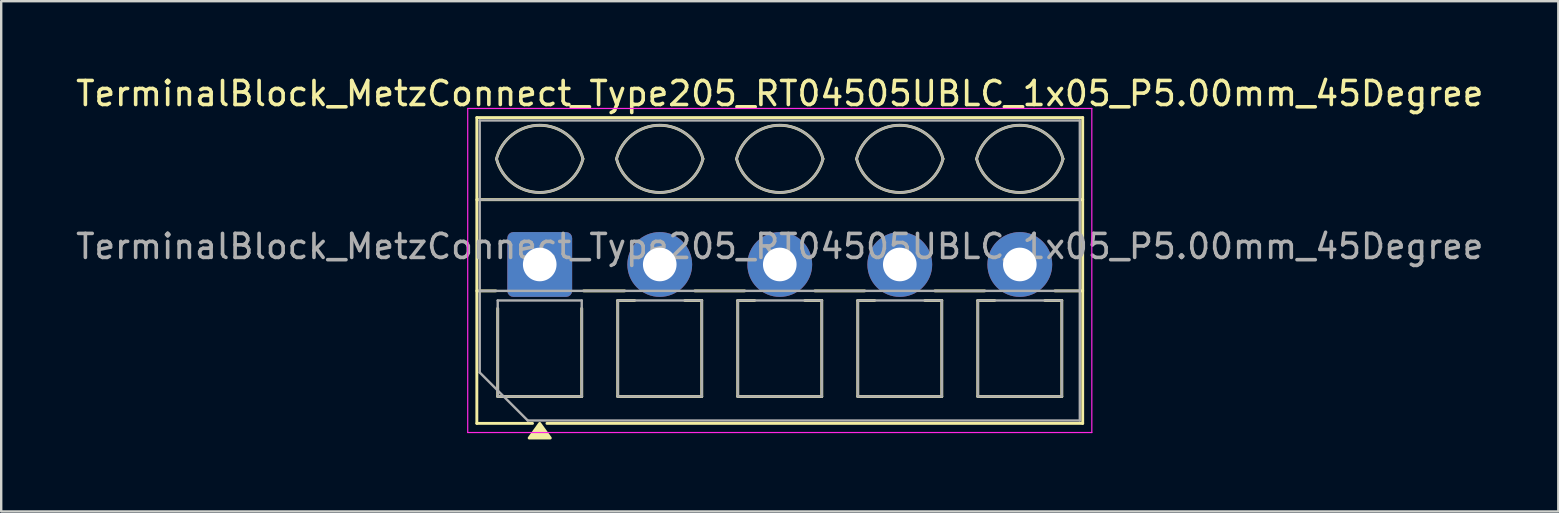
<source format=kicad_pcb>
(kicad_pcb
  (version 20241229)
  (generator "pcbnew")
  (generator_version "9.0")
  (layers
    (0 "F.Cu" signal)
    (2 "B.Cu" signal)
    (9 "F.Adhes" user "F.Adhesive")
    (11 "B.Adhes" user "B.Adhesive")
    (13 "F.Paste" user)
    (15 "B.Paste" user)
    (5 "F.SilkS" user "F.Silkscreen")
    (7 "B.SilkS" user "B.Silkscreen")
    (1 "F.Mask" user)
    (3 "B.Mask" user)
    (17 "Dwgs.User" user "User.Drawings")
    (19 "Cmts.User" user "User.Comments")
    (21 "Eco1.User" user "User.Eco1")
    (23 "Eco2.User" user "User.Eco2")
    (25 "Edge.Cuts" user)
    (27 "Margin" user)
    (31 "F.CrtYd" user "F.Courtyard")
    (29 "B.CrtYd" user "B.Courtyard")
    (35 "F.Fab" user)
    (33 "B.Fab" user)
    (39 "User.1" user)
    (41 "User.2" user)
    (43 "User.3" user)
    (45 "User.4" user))
  (footprint "TerminalBlock_MetzConnect_Type205_RT04505UBLC_1x05_P5.00mm_45Degree"
    (layer "F.Cu")
    (at 19.435 7.968)
    (property "Reference" "TerminalBlock_MetzConnect_Type205_RT04505UBLC_1x05_P5.00mm_45Degree" (at 10 -7.12 0) (layer "F.SilkS") (effects (font (size 1 1) (thickness 0.15))))
    (attr through_hole)
    (fp_line (start -2.62 -6.12) (end -2.62 6.62) (stroke (width 0.12) (type solid)) (layer "F.SilkS"))
    (fp_line (start -2.62 -6.12) (end 22.62 -6.12) (stroke (width 0.12) (type solid)) (layer "F.SilkS"))
    (fp_line (start -2.62 -2.7) (end 22.62 -2.7) (stroke (width 0.12) (type solid)) (layer "F.SilkS"))
    (fp_line (start -2.62 1.1) (end -1.83 1.1) (stroke (width 0.12) (type solid)) (layer "F.SilkS"))
    (fp_line (start -2.62 6.62) (end -0.3 6.62) (stroke (width 0.12) (type solid)) (layer "F.SilkS"))
    (fp_line (start -1.75 1.83) (end -1.75 5.5) (stroke (width 0.12) (type solid)) (layer "F.SilkS"))
    (fp_line (start -1.75 5.5) (end 1.75 5.5) (stroke (width 0.12) (type solid)) (layer "F.SilkS"))
    (fp_line (start 0.3 6.62) (end 22.62 6.62) (stroke (width 0.12) (type solid)) (layer "F.SilkS"))
    (fp_line (start 1.75 1.83) (end 1.75 5.5) (stroke (width 0.12) (type solid)) (layer "F.SilkS"))
    (fp_line (start 1.83 1.1) (end 3.538 1.1) (stroke (width 0.12) (type solid)) (layer "F.SilkS"))
    (fp_line (start 3.25 1.5) (end 3.25 5.5) (stroke (width 0.12) (type solid)) (layer "F.SilkS"))
    (fp_line (start 3.25 1.5) (end 3.952 1.5) (stroke (width 0.12) (type solid)) (layer "F.SilkS"))
    (fp_line (start 3.25 5.5) (end 6.75 5.5) (stroke (width 0.12) (type solid)) (layer "F.SilkS"))
    (fp_line (start 6.048 1.5) (end 6.75 1.5) (stroke (width 0.12) (type solid)) (layer "F.SilkS"))
    (fp_line (start 6.462 1.1) (end 8.538 1.1) (stroke (width 0.12) (type solid)) (layer "F.SilkS"))
    (fp_line (start 6.75 1.5) (end 6.75 5.5) (stroke (width 0.12) (type solid)) (layer "F.SilkS"))
    (fp_line (start 8.25 1.5) (end 8.25 5.5) (stroke (width 0.12) (type solid)) (layer "F.SilkS"))
    (fp_line (start 8.25 1.5) (end 8.952 1.5) (stroke (width 0.12) (type solid)) (layer "F.SilkS"))
    (fp_line (start 8.25 5.5) (end 11.75 5.5) (stroke (width 0.12) (type solid)) (layer "F.SilkS"))
    (fp_line (start 11.048 1.5) (end 11.75 1.5) (stroke (width 0.12) (type solid)) (layer "F.SilkS"))
    (fp_line (start 11.462 1.1) (end 13.538 1.1) (stroke (width 0.12) (type solid)) (layer "F.SilkS"))
    (fp_line (start 11.75 1.5) (end 11.75 5.5) (stroke (width 0.12) (type solid)) (layer "F.SilkS"))
    (fp_line (start 13.25 1.5) (end 13.25 5.5) (stroke (width 0.12) (type solid)) (layer "F.SilkS"))
    (fp_line (start 13.25 1.5) (end 13.952 1.5) (stroke (width 0.12) (type solid)) (layer "F.SilkS"))
    (fp_line (start 13.25 5.5) (end 16.75 5.5) (stroke (width 0.12) (type solid)) (layer "F.SilkS"))
    (fp_line (start 16.048 1.5) (end 16.75 1.5) (stroke (width 0.12) (type solid)) (layer "F.SilkS"))
    (fp_line (start 16.462 1.1) (end 18.538 1.1) (stroke (width 0.12) (type solid)) (layer "F.SilkS"))
    (fp_line (start 16.75 1.5) (end 16.75 5.5) (stroke (width 0.12) (type solid)) (layer "F.SilkS"))
    (fp_line (start 18.25 1.5) (end 18.25 5.5) (stroke (width 0.12) (type solid)) (layer "F.SilkS"))
    (fp_line (start 18.25 1.5) (end 18.952 1.5) (stroke (width 0.12) (type solid)) (layer "F.SilkS"))
    (fp_line (start 18.25 5.5) (end 21.75 5.5) (stroke (width 0.12) (type solid)) (layer "F.SilkS"))
    (fp_line (start 21.048 1.5) (end 21.75 1.5) (stroke (width 0.12) (type solid)) (layer "F.SilkS"))
    (fp_line (start 21.462 1.1) (end 22.62 1.1) (stroke (width 0.12) (type solid)) (layer "F.SilkS"))
    (fp_line (start 21.75 1.5) (end 21.75 5.5) (stroke (width 0.12) (type solid)) (layer "F.SilkS"))
    (fp_line (start 22.62 -6.12) (end 22.62 6.62) (stroke (width 0.12) (type solid)) (layer "F.SilkS"))
    (fp_arc (start -1.8 -4.4) (mid 0 -5.8) (end 1.8 -4.4) (stroke (width 0.12) (type solid)) (layer "F.SilkS"))
    (fp_arc (start 1.8 -4.4) (mid 0 -3) (end -1.8 -4.4) (stroke (width 0.12) (type solid)) (layer "F.SilkS"))
    (fp_arc (start 3.2 -4.4) (mid 5 -5.8) (end 6.8 -4.4) (stroke (width 0.12) (type solid)) (layer "F.SilkS"))
    (fp_arc (start 6.8 -4.4) (mid 5 -3) (end 3.2 -4.4) (stroke (width 0.12) (type solid)) (layer "F.SilkS"))
    (fp_arc (start 8.2 -4.4) (mid 10 -5.8) (end 11.8 -4.4) (stroke (width 0.12) (type solid)) (layer "F.SilkS"))
    (fp_arc (start 11.8 -4.4) (mid 10 -3) (end 8.2 -4.4) (stroke (width 0.12) (type solid)) (layer "F.SilkS"))
    (fp_arc (start 13.2 -4.4) (mid 15 -5.8) (end 16.8 -4.4) (stroke (width 0.12) (type solid)) (layer "F.SilkS"))
    (fp_arc (start 16.8 -4.4) (mid 15 -3) (end 13.2 -4.4) (stroke (width 0.12) (type solid)) (layer "F.SilkS"))
    (fp_arc (start 18.2 -4.4) (mid 20 -5.8) (end 21.8 -4.4) (stroke (width 0.12) (type solid)) (layer "F.SilkS"))
    (fp_arc (start 21.8 -4.4) (mid 20 -3) (end 18.2 -4.4) (stroke (width 0.12) (type solid)) (layer "F.SilkS"))
    (fp_poly (pts (xy 0 6.62) (xy 0.44 7.23) (xy -0.44 7.23)) (stroke (width 0.12) (type solid)) (fill yes) (layer "F.SilkS"))
    (fp_line (start -3 -6.5) (end -3 7) (stroke (width 0.05) (type solid)) (layer "F.CrtYd"))
    (fp_line (start -3 7) (end 23 7) (stroke (width 0.05) (type solid)) (layer "F.CrtYd"))
    (fp_line (start 23 -6.5) (end -3 -6.5) (stroke (width 0.05) (type solid)) (layer "F.CrtYd"))
    (fp_line (start 23 7) (end 23 -6.5) (stroke (width 0.05) (type solid)) (layer "F.CrtYd"))
    (fp_line (start -2.5 -6) (end 22.5 -6) (stroke (width 0.1) (type solid)) (layer "F.Fab"))
    (fp_line (start -2.5 -2.7) (end 22.5 -2.7) (stroke (width 0.1) (type solid)) (layer "F.Fab"))
    (fp_line (start -2.5 1.1) (end 22.5 1.1) (stroke (width 0.1) (type solid)) (layer "F.Fab"))
    (fp_line (start -2.5 4.5) (end -2.5 -6) (stroke (width 0.1) (type solid)) (layer "F.Fab"))
    (fp_line (start -1.75 1.5) (end -1.75 5.5) (stroke (width 0.1) (type solid)) (layer "F.Fab"))
    (fp_line (start -1.75 5.5) (end 1.75 5.5) (stroke (width 0.1) (type solid)) (layer "F.Fab"))
    (fp_line (start -0.5 6.5) (end -2.5 4.5) (stroke (width 0.1) (type solid)) (layer "F.Fab"))
    (fp_line (start 1.75 1.5) (end -1.75 1.5) (stroke (width 0.1) (type solid)) (layer "F.Fab"))
    (fp_line (start 1.75 5.5) (end 1.75 1.5) (stroke (width 0.1) (type solid)) (layer "F.Fab"))
    (fp_line (start 3.25 1.5) (end 3.25 5.5) (stroke (width 0.1) (type solid)) (layer "F.Fab"))
    (fp_line (start 3.25 5.5) (end 6.75 5.5) (stroke (width 0.1) (type solid)) (layer "F.Fab"))
    (fp_line (start 6.75 1.5) (end 3.25 1.5) (stroke (width 0.1) (type solid)) (layer "F.Fab"))
    (fp_line (start 6.75 5.5) (end 6.75 1.5) (stroke (width 0.1) (type solid)) (layer "F.Fab"))
    (fp_line (start 8.25 1.5) (end 8.25 5.5) (stroke (width 0.1) (type solid)) (layer "F.Fab"))
    (fp_line (start 8.25 5.5) (end 11.75 5.5) (stroke (width 0.1) (type solid)) (layer "F.Fab"))
    (fp_line (start 11.75 1.5) (end 8.25 1.5) (stroke (width 0.1) (type solid)) (layer "F.Fab"))
    (fp_line (start 11.75 5.5) (end 11.75 1.5) (stroke (width 0.1) (type solid)) (layer "F.Fab"))
    (fp_line (start 13.25 1.5) (end 13.25 5.5) (stroke (width 0.1) (type solid)) (layer "F.Fab"))
    (fp_line (start 13.25 5.5) (end 16.75 5.5) (stroke (width 0.1) (type solid)) (layer "F.Fab"))
    (fp_line (start 16.75 1.5) (end 13.25 1.5) (stroke (width 0.1) (type solid)) (layer "F.Fab"))
    (fp_line (start 16.75 5.5) (end 16.75 1.5) (stroke (width 0.1) (type solid)) (layer "F.Fab"))
    (fp_line (start 18.25 1.5) (end 18.25 5.5) (stroke (width 0.1) (type solid)) (layer "F.Fab"))
    (fp_line (start 18.25 5.5) (end 21.75 5.5) (stroke (width 0.1) (type solid)) (layer "F.Fab"))
    (fp_line (start 21.75 1.5) (end 18.25 1.5) (stroke (width 0.1) (type solid)) (layer "F.Fab"))
    (fp_line (start 21.75 5.5) (end 21.75 1.5) (stroke (width 0.1) (type solid)) (layer "F.Fab"))
    (fp_line (start 22.5 -6) (end 22.5 6.5) (stroke (width 0.1) (type solid)) (layer "F.Fab"))
    (fp_line (start 22.5 6.5) (end -0.5 6.5) (stroke (width 0.1) (type solid)) (layer "F.Fab"))
    (fp_arc (start -1.8 -4.4) (mid 0 -5.8) (end 1.8 -4.4) (stroke (width 0.1) (type solid)) (layer "F.Fab"))
    (fp_arc (start 1.8 -4.4) (mid 0 -3) (end -1.8 -4.4) (stroke (width 0.1) (type solid)) (layer "F.Fab"))
    (fp_arc (start 3.2 -4.4) (mid 5 -5.8) (end 6.8 -4.4) (stroke (width 0.1) (type solid)) (layer "F.Fab"))
    (fp_arc (start 6.8 -4.4) (mid 5 -3) (end 3.2 -4.4) (stroke (width 0.1) (type solid)) (layer "F.Fab"))
    (fp_arc (start 8.2 -4.4) (mid 10 -5.8) (end 11.8 -4.4) (stroke (width 0.1) (type solid)) (layer "F.Fab"))
    (fp_arc (start 11.8 -4.4) (mid 10 -3) (end 8.2 -4.4) (stroke (width 0.1) (type solid)) (layer "F.Fab"))
    (fp_arc (start 13.2 -4.4) (mid 15 -5.8) (end 16.8 -4.4) (stroke (width 0.1) (type solid)) (layer "F.Fab"))
    (fp_arc (start 16.8 -4.4) (mid 15 -3) (end 13.2 -4.4) (stroke (width 0.1) (type solid)) (layer "F.Fab"))
    (fp_arc (start 18.2 -4.4) (mid 20 -5.8) (end 21.8 -4.4) (stroke (width 0.1) (type solid)) (layer "F.Fab"))
    (fp_arc (start 21.8 -4.4) (mid 20 -3) (end 18.2 -4.4) (stroke (width 0.1) (type solid)) (layer "F.Fab"))
    (fp_text user "${REFERENCE}" (at 10 -0.75 0) (layer "F.Fab") (effects (font (size 1 1) (thickness 0.15))))
    (pad "1" thru_hole roundrect (at 0 0) (size 2.7 2.7) (drill 1.4) (layers "*.Cu" "*.Mask") (roundrect_rratio 0.093))
    (pad "2" thru_hole circle (at 5 0) (size 2.7 2.7) (drill 1.4) (layers "*.Cu" "*.Mask"))
    (pad "3" thru_hole circle (at 10 0) (size 2.7 2.7) (drill 1.4) (layers "*.Cu" "*.Mask"))
    (pad "4" thru_hole circle (at 15 0) (size 2.7 2.7) (drill 1.4) (layers "*.Cu" "*.Mask"))
    (pad "5" thru_hole circle (at 20 0) (size 2.7 2.7) (drill 1.4) (layers "*.Cu" "*.Mask")))
  (gr_rect
    (start -3 -3)
    (end 61.869 18.258)
    (stroke (width 0.1) (type default))
    (fill no)
    (layer "Edge.Cuts")))
</source>
